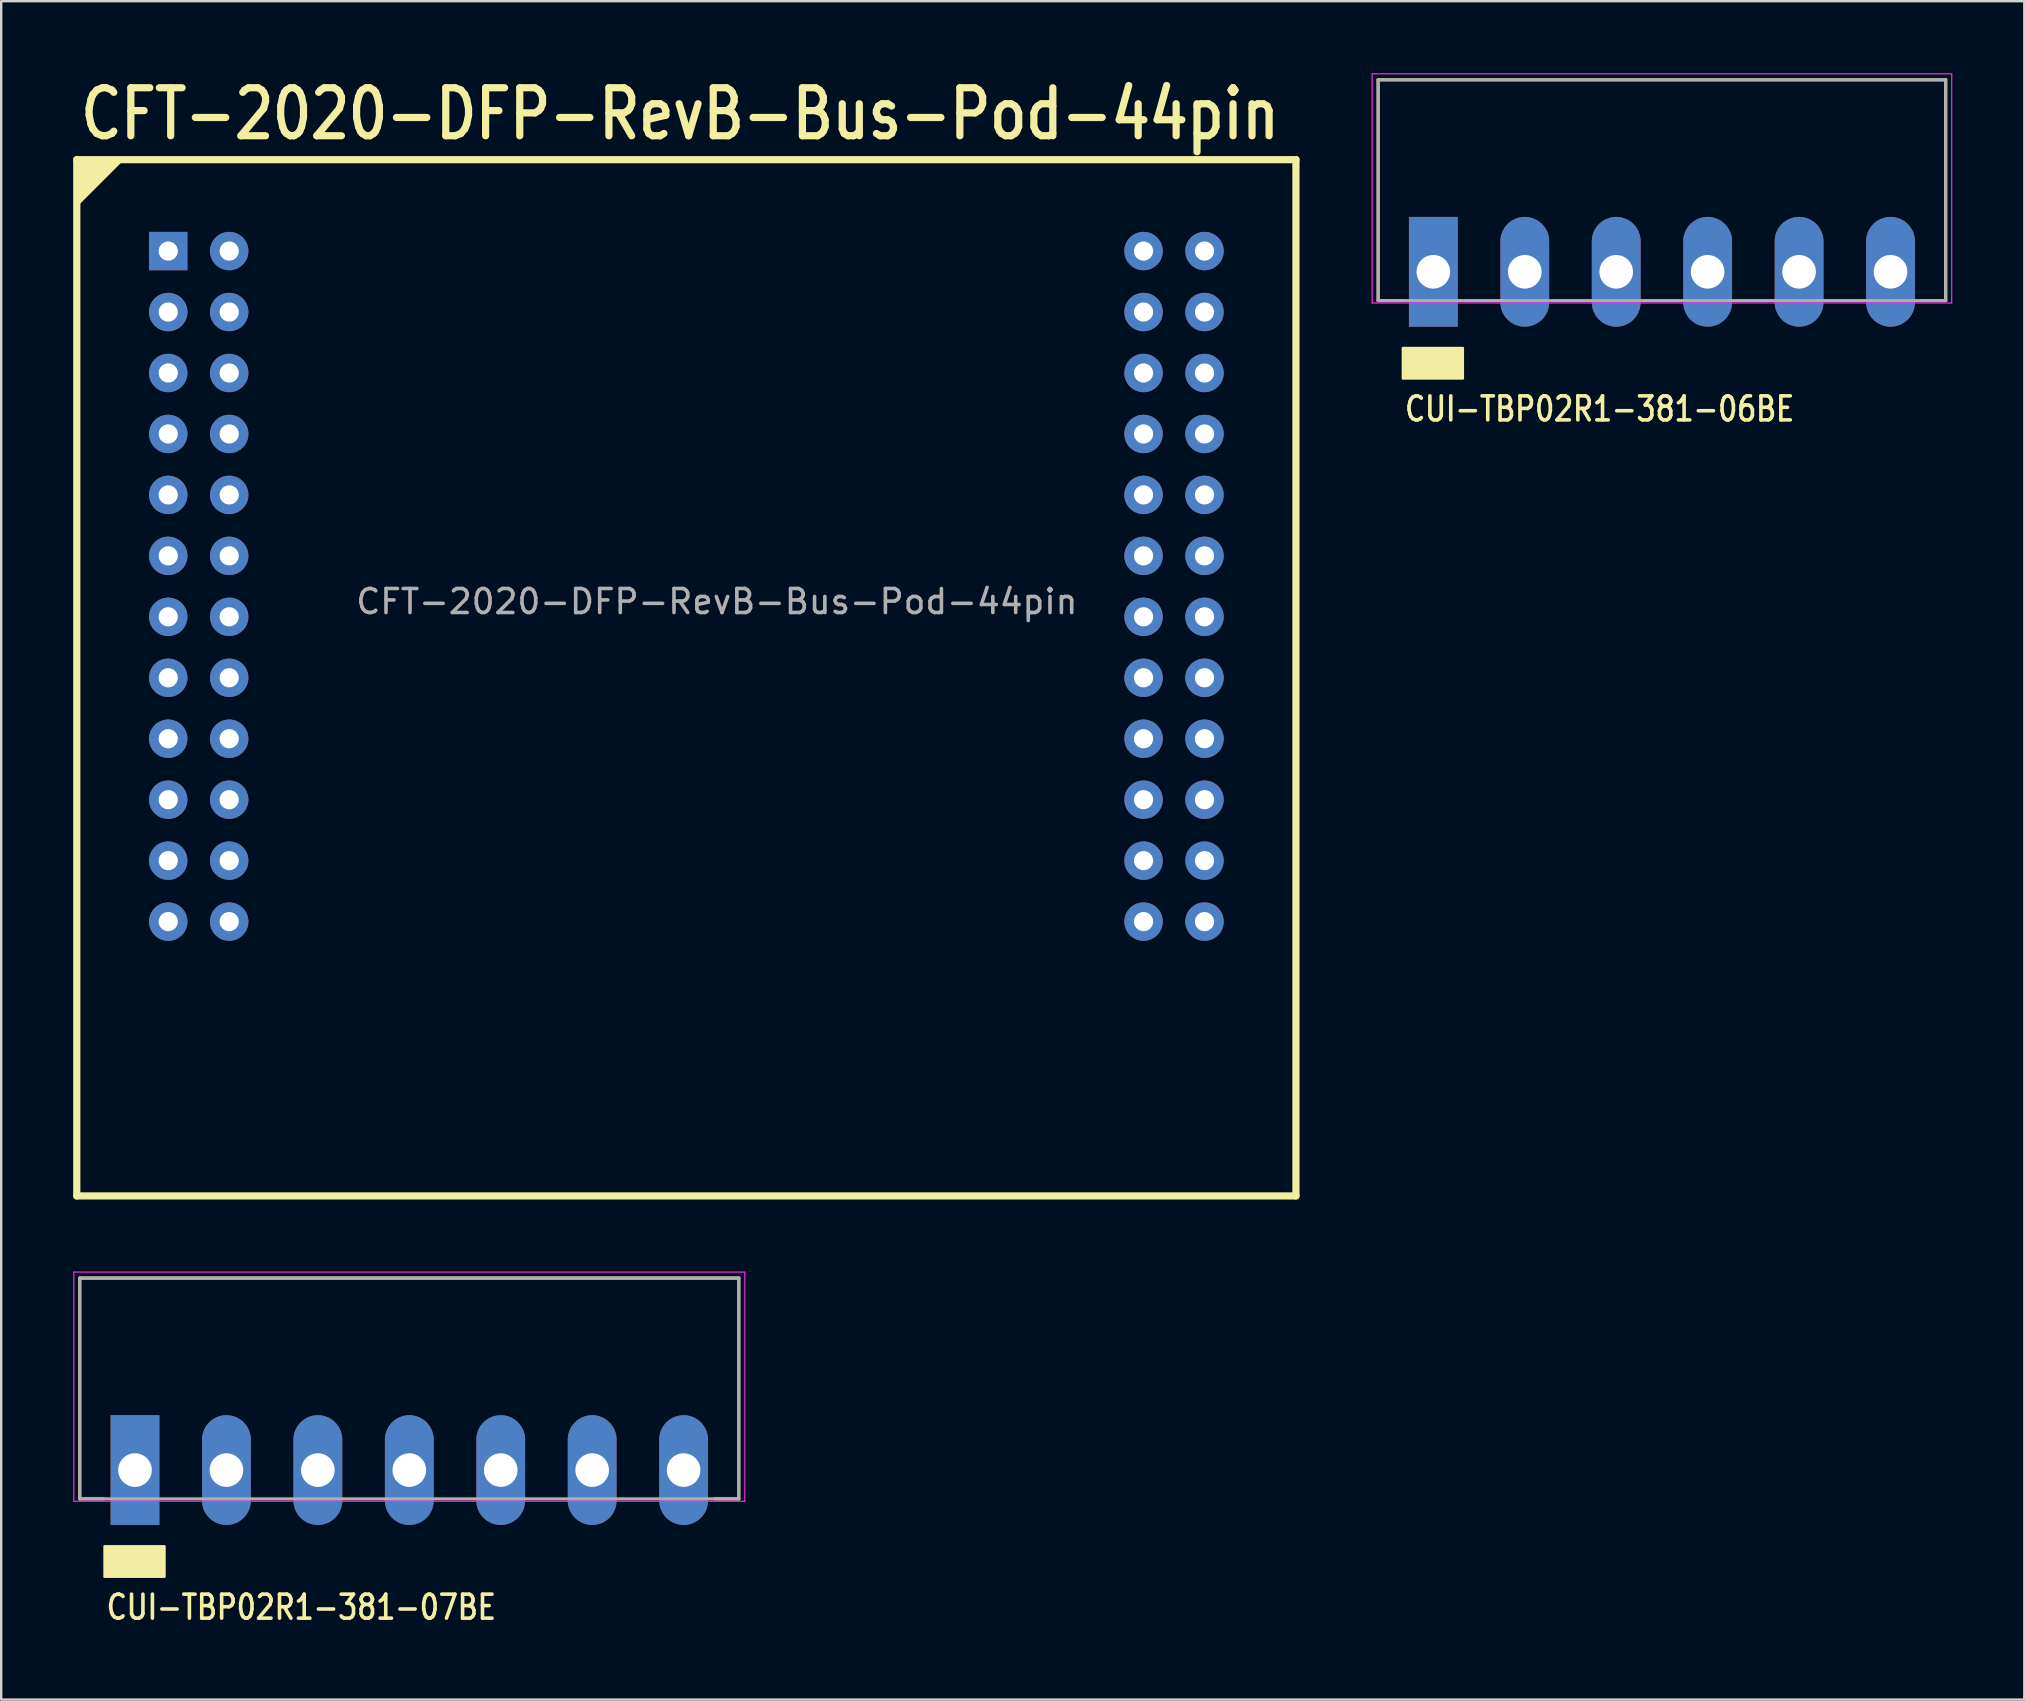
<source format=kicad_pcb>
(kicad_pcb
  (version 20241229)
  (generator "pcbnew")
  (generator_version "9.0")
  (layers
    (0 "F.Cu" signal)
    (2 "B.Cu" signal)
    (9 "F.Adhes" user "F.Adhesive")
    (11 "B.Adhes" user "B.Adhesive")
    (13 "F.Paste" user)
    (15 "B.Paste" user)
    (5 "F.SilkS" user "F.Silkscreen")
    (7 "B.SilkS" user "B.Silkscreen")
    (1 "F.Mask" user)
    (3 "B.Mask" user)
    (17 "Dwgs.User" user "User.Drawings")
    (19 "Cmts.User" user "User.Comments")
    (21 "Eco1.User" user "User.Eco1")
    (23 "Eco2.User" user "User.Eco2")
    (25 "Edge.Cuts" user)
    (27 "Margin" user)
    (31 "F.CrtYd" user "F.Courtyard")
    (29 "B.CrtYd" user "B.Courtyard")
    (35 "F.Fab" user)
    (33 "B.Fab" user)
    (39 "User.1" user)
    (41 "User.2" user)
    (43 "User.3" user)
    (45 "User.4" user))
  (footprint "CFT-2020-DFP-RevB-Bus-Pod-44pin"
    (layer "F.Cu")
    (at 3.96 7.412)
    (property "Reference" "CFT-2020-DFP-RevB-Bus-Pod-44pin" (at -3.81 -5.715 0) (layer "F.SilkS") (effects (font (size 2 1.66) (thickness 0.3)) (justify left)))
    (attr through_hole)
    (fp_line (start -3.81 -3.81) (end 46.99 -3.81) (stroke (width 0.3) (type solid)) (layer "F.SilkS"))
    (fp_line (start -3.81 39.37) (end -3.81 -3.81) (stroke (width 0.3) (type solid)) (layer "F.SilkS"))
    (fp_line (start 46.99 -3.81) (end 46.99 39.37) (stroke (width 0.3) (type solid)) (layer "F.SilkS"))
    (fp_line (start 46.99 39.37) (end -3.81 39.37) (stroke (width 0.3) (type solid)) (layer "F.SilkS"))
    (fp_poly (pts (xy -3.81 -3.81) (xy -3.81 -1.905) (xy -1.905 -3.81)) (stroke (width 0.1) (type solid)) (fill yes) (layer "F.SilkS"))
    (fp_text user "${REFERENCE}" (at 22.86 14.605 0) (layer "F.Fab") (effects (font (size 1 1) (thickness 0.15))))
    (pad "A1" thru_hole rect (at 0 0) (size 1.6 1.6) (drill 0.8) (layers "*.Cu" "*.Mask"))
    (pad "A2" thru_hole oval (at 2.54 0) (size 1.6 1.6) (drill 0.8) (layers "*.Cu" "*.Mask"))
    (pad "A3" thru_hole oval (at 0 2.54) (size 1.6 1.6) (drill 0.8) (layers "*.Cu" "*.Mask"))
    (pad "A4" thru_hole oval (at 2.54 2.54) (size 1.6 1.6) (drill 0.8) (layers "*.Cu" "*.Mask"))
    (pad "A5" thru_hole oval (at 0 5.08) (size 1.6 1.6) (drill 0.8) (layers "*.Cu" "*.Mask"))
    (pad "A6" thru_hole oval (at 2.54 5.08) (size 1.6 1.6) (drill 0.8) (layers "*.Cu" "*.Mask"))
    (pad "A7" thru_hole oval (at 0 7.62) (size 1.6 1.6) (drill 0.8) (layers "*.Cu" "*.Mask"))
    (pad "A8" thru_hole oval (at 2.54 7.62) (size 1.6 1.6) (drill 0.8) (layers "*.Cu" "*.Mask"))
    (pad "A9" thru_hole oval (at 0 10.16) (size 1.6 1.6) (drill 0.8) (layers "*.Cu" "*.Mask"))
    (pad "A10" thru_hole oval (at 2.54 10.16) (size 1.6 1.6) (drill 0.8) (layers "*.Cu" "*.Mask"))
    (pad "A11" thru_hole oval (at 0 12.7) (size 1.6 1.6) (drill 0.8) (layers "*.Cu" "*.Mask"))
    (pad "A12" thru_hole oval (at 2.54 12.7) (size 1.6 1.6) (drill 0.8) (layers "*.Cu" "*.Mask"))
    (pad "A13" thru_hole oval (at 0 15.24) (size 1.6 1.6) (drill 0.8) (layers "*.Cu" "*.Mask"))
    (pad "A14" thru_hole oval (at 2.54 15.24) (size 1.6 1.6) (drill 0.8) (layers "*.Cu" "*.Mask"))
    (pad "A15" thru_hole oval (at 0 17.78) (size 1.6 1.6) (drill 0.8) (layers "*.Cu" "*.Mask"))
    (pad "A16" thru_hole oval (at 2.54 17.78) (size 1.6 1.6) (drill 0.8) (layers "*.Cu" "*.Mask"))
    (pad "A17" thru_hole oval (at 0 20.32) (size 1.6 1.6) (drill 0.8) (layers "*.Cu" "*.Mask"))
    (pad "A18" thru_hole oval (at 2.54 20.32) (size 1.6 1.6) (drill 0.8) (layers "*.Cu" "*.Mask"))
    (pad "A19" thru_hole oval (at 0 22.86) (size 1.6 1.6) (drill 0.8) (layers "*.Cu" "*.Mask"))
    (pad "A20" thru_hole oval (at 2.54 22.86) (size 1.6 1.6) (drill 0.8) (layers "*.Cu" "*.Mask"))
    (pad "A21" thru_hole oval (at 0 25.4) (size 1.6 1.6) (drill 0.8) (layers "*.Cu" "*.Mask"))
    (pad "A22" thru_hole oval (at 2.54 25.4) (size 1.6 1.6) (drill 0.8) (layers "*.Cu" "*.Mask"))
    (pad "A23" thru_hole oval (at 0 27.94) (size 1.6 1.6) (drill 0.8) (layers "*.Cu" "*.Mask"))
    (pad "A24" thru_hole oval (at 2.54 27.94) (size 1.6 1.6) (drill 0.8) (layers "*.Cu" "*.Mask"))
    (pad "B1" thru_hole oval (at 40.64 0) (size 1.6 1.6) (drill 0.8) (layers "*.Cu" "*.Mask"))
    (pad "B2" thru_hole oval (at 43.18 0) (size 1.6 1.6) (drill 0.8) (layers "*.Cu" "*.Mask"))
    (pad "B3" thru_hole oval (at 40.64 2.54) (size 1.6 1.6) (drill 0.8) (layers "*.Cu" "*.Mask"))
    (pad "B4" thru_hole oval (at 43.18 2.54) (size 1.6 1.6) (drill 0.8) (layers "*.Cu" "*.Mask"))
    (pad "B5" thru_hole oval (at 40.64 5.08) (size 1.6 1.6) (drill 0.8) (layers "*.Cu" "*.Mask"))
    (pad "B6" thru_hole oval (at 43.18 5.08) (size 1.6 1.6) (drill 0.8) (layers "*.Cu" "*.Mask"))
    (pad "B7" thru_hole oval (at 40.64 7.62) (size 1.6 1.6) (drill 0.8) (layers "*.Cu" "*.Mask"))
    (pad "B8" thru_hole oval (at 43.18 7.62) (size 1.6 1.6) (drill 0.8) (layers "*.Cu" "*.Mask"))
    (pad "B9" thru_hole oval (at 40.64 10.16) (size 1.6 1.6) (drill 0.8) (layers "*.Cu" "*.Mask"))
    (pad "B10" thru_hole oval (at 43.18 10.16) (size 1.6 1.6) (drill 0.8) (layers "*.Cu" "*.Mask"))
    (pad "B11" thru_hole oval (at 40.64 12.7) (size 1.6 1.6) (drill 0.8) (layers "*.Cu" "*.Mask"))
    (pad "B12" thru_hole oval (at 43.18 12.7) (size 1.6 1.6) (drill 0.8) (layers "*.Cu" "*.Mask"))
    (pad "B13" thru_hole oval (at 40.64 15.24) (size 1.6 1.6) (drill 0.8) (layers "*.Cu" "*.Mask"))
    (pad "B14" thru_hole oval (at 43.18 15.24) (size 1.6 1.6) (drill 0.8) (layers "*.Cu" "*.Mask"))
    (pad "B15" thru_hole oval (at 40.64 17.78) (size 1.6 1.6) (drill 0.8) (layers "*.Cu" "*.Mask"))
    (pad "B16" thru_hole oval (at 43.18 17.78) (size 1.6 1.6) (drill 0.8) (layers "*.Cu" "*.Mask"))
    (pad "B17" thru_hole oval (at 40.64 20.32) (size 1.6 1.6) (drill 0.8) (layers "*.Cu" "*.Mask"))
    (pad "B18" thru_hole oval (at 43.18 20.32) (size 1.6 1.6) (drill 0.8) (layers "*.Cu" "*.Mask"))
    (pad "B19" thru_hole oval (at 40.64 22.86) (size 1.6 1.6) (drill 0.8) (layers "*.Cu" "*.Mask"))
    (pad "B20" thru_hole oval (at 43.18 22.86) (size 1.6 1.6) (drill 0.8) (layers "*.Cu" "*.Mask"))
    (pad "B21" thru_hole oval (at 40.64 25.4) (size 1.6 1.6) (drill 0.8) (layers "*.Cu" "*.Mask"))
    (pad "B22" thru_hole oval (at 43.18 25.4) (size 1.6 1.6) (drill 0.8) (layers "*.Cu" "*.Mask"))
    (pad "B23" thru_hole oval (at 40.64 27.94) (size 1.6 1.6) (drill 0.8) (layers "*.Cu" "*.Mask"))
    (pad "B24" thru_hole oval (at 43.18 27.94) (size 1.6 1.6) (drill 0.8) (layers "*.Cu" "*.Mask")))
  (footprint "CUI-TBP02R1-381-06BE"
    (layer "F.Cu")
    (at 56.675 8.275)
    (property "Reference" "CUI-TBP02R1-381-06BE" (at -1.27 5.715 0) (layer "F.SilkS") (effects (font (size 1 0.83) (thickness 0.15)) (justify left)))
    (attr through_hole)
    (fp_line (start -2.3 -8) (end 21.35 -8) (stroke (width 0.127) (type solid)) (layer "F.SilkS"))
    (fp_line (start -2.3 1.2) (end -2.3 -8) (stroke (width 0.127) (type solid)) (layer "F.SilkS"))
    (fp_line (start -2.3 1.2) (end -1.3 1.2) (stroke (width 0.127) (type solid)) (layer "F.SilkS"))
    (fp_line (start 21.35 -8) (end 21.35 1.2) (stroke (width 0.127) (type solid)) (layer "F.SilkS"))
    (fp_line (start 21.35 1.2) (end 20.35 1.2) (stroke (width 0.127) (type solid)) (layer "F.SilkS"))
    (fp_poly (pts (xy 1.23 4.445) (xy 1.23 3.175) (xy -1.27 3.175) (xy -1.27 4.445)) (stroke (width 0.1) (type solid)) (fill yes) (layer "F.SilkS"))
    (fp_line (start -2.55 -8.25) (end 21.6 -8.25) (stroke (width 0.05) (type solid)) (layer "F.CrtYd"))
    (fp_line (start -2.55 1.3) (end -2.55 -8.25) (stroke (width 0.05) (type solid)) (layer "F.CrtYd"))
    (fp_line (start 21.6 -8.25) (end 21.6 1.3) (stroke (width 0.05) (type solid)) (layer "F.CrtYd"))
    (fp_line (start 21.6 1.3) (end -2.55 1.3) (stroke (width 0.05) (type solid)) (layer "F.CrtYd"))
    (fp_line (start -2.3 -8) (end 21.35 -8) (stroke (width 0.127) (type solid)) (layer "F.Fab"))
    (fp_line (start -2.3 1.2) (end -2.3 -8) (stroke (width 0.127) (type solid)) (layer "F.Fab"))
    (fp_line (start 21.35 -8) (end 21.35 1.2) (stroke (width 0.127) (type solid)) (layer "F.Fab"))
    (fp_line (start 21.35 1.2) (end -2.3 1.2) (stroke (width 0.127) (type solid)) (layer "F.Fab"))
    (pad "1" thru_hole rect (at 0 0) (size 2.032 4.572) (drill 1.4) (layers "*.Cu" "*.Mask"))
    (pad "2" thru_hole oval (at 3.81 0) (size 2.032 4.572) (drill 1.4) (layers "*.Cu" "*.Mask"))
    (pad "3" thru_hole oval (at 7.62 0) (size 2.032 4.572) (drill 1.4) (layers "*.Cu" "*.Mask"))
    (pad "4" thru_hole oval (at 11.43 0) (size 2.032 4.572) (drill 1.4) (layers "*.Cu" "*.Mask"))
    (pad "5" thru_hole oval (at 15.24 0) (size 2.032 4.572) (drill 1.4) (layers "*.Cu" "*.Mask"))
    (pad "6" thru_hole oval (at 19.05 0) (size 2.032 4.572) (drill 1.4) (layers "*.Cu" "*.Mask")))
  (footprint "CUI-TBP02R1-381-07BE"
    (layer "F.Cu")
    (at 2.575 58.206)
    (property "Reference" "CUI-TBP02R1-381-07BE" (at -1.27 5.715 0) (layer "F.SilkS") (effects (font (size 1 0.83) (thickness 0.15)) (justify left)))
    (attr through_hole)
    (fp_line (start -2.3 -8) (end 25.16 -8) (stroke (width 0.127) (type solid)) (layer "F.SilkS"))
    (fp_line (start -2.3 1.2) (end -2.3 -8) (stroke (width 0.127) (type solid)) (layer "F.SilkS"))
    (fp_line (start -2.3 1.2) (end -1.3 1.2) (stroke (width 0.127) (type solid)) (layer "F.SilkS"))
    (fp_line (start 25.16 -8) (end 25.16 1.2) (stroke (width 0.127) (type solid)) (layer "F.SilkS"))
    (fp_line (start 25.16 1.2) (end 24.16 1.2) (stroke (width 0.127) (type solid)) (layer "F.SilkS"))
    (fp_poly (pts (xy 1.23 4.445) (xy 1.23 3.175) (xy -1.27 3.175) (xy -1.27 4.445)) (stroke (width 0.1) (type solid)) (fill yes) (layer "F.SilkS"))
    (fp_line (start -2.55 -8.25) (end 25.41 -8.25) (stroke (width 0.05) (type solid)) (layer "F.CrtYd"))
    (fp_line (start -2.55 1.3) (end -2.55 -8.25) (stroke (width 0.05) (type solid)) (layer "F.CrtYd"))
    (fp_line (start 25.41 -8.25) (end 25.41 1.3) (stroke (width 0.05) (type solid)) (layer "F.CrtYd"))
    (fp_line (start 25.41 1.3) (end -2.55 1.3) (stroke (width 0.05) (type solid)) (layer "F.CrtYd"))
    (fp_line (start -2.3 -8) (end 25.16 -8) (stroke (width 0.127) (type solid)) (layer "F.Fab"))
    (fp_line (start -2.3 1.2) (end -2.3 -8) (stroke (width 0.127) (type solid)) (layer "F.Fab"))
    (fp_line (start 25.16 -8) (end 25.16 1.2) (stroke (width 0.127) (type solid)) (layer "F.Fab"))
    (fp_line (start 25.16 1.2) (end -2.3 1.2) (stroke (width 0.127) (type solid)) (layer "F.Fab"))
    (pad "1" thru_hole rect (at 0 0) (size 2.032 4.572) (drill 1.4) (layers "*.Cu" "*.Mask"))
    (pad "2" thru_hole oval (at 3.81 0) (size 2.032 4.572) (drill 1.4) (layers "*.Cu" "*.Mask"))
    (pad "3" thru_hole oval (at 7.62 0) (size 2.032 4.572) (drill 1.4) (layers "*.Cu" "*.Mask"))
    (pad "4" thru_hole oval (at 11.43 0) (size 2.032 4.572) (drill 1.4) (layers "*.Cu" "*.Mask"))
    (pad "5" thru_hole oval (at 15.24 0) (size 2.032 4.572) (drill 1.4) (layers "*.Cu" "*.Mask"))
    (pad "6" thru_hole oval (at 19.05 0) (size 2.032 4.572) (drill 1.4) (layers "*.Cu" "*.Mask"))
    (pad "7" thru_hole oval (at 22.86 0) (size 2.032 4.572) (drill 1.4) (layers "*.Cu" "*.Mask")))
  (gr_rect
    (start -3 -3)
    (end 81.3 67.77)
    (stroke (width 0.1) (type default))
    (fill no)
    (layer "Edge.Cuts")))
</source>
